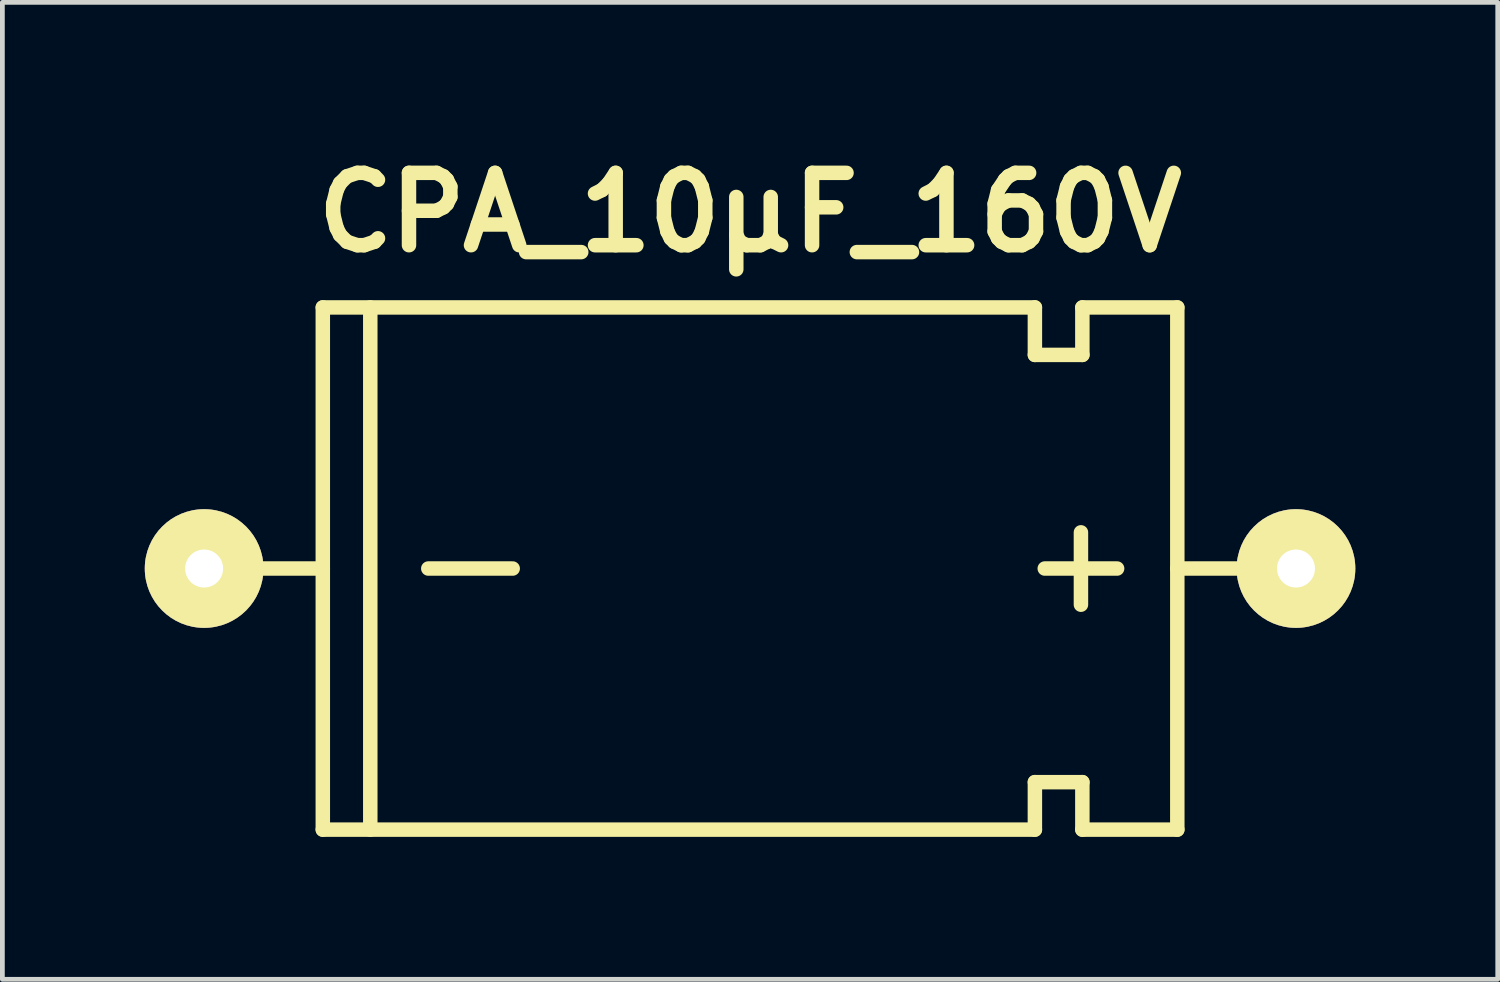
<source format=kicad_pcb>
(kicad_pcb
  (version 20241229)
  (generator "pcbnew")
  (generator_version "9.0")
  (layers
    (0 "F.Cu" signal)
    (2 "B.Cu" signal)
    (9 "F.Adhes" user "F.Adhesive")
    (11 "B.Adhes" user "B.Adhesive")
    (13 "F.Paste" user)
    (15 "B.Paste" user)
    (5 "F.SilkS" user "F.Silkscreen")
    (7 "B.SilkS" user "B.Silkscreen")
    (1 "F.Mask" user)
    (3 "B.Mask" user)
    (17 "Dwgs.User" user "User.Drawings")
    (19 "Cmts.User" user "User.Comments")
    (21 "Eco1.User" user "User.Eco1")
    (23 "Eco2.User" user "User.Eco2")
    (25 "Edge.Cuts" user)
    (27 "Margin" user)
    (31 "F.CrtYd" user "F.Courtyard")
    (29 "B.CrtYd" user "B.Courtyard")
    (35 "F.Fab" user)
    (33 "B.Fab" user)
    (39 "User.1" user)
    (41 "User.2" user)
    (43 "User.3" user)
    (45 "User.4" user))
  (footprint "CPA_10µF_160V"
    (layer "F.Cu")
    (at 12.75 8.926)
    (property "Reference" "CPA_10µF_160V" (at 0 -7.5 0) (layer "F.SilkS") (effects (font (size 1.524 1.524) (thickness 0.305))))
    (attr through_hole)
    (fp_line (start -9 -5.5) (end 6 -5.5) (stroke (width 0.305) (type solid)) (layer "F.SilkS"))
    (fp_line (start -9 0) (end -11.5 0) (stroke (width 0.305) (type solid)) (layer "F.SilkS"))
    (fp_line (start -9 5.5) (end -9 -5.5) (stroke (width 0.305) (type solid)) (layer "F.SilkS"))
    (fp_line (start -8 -5.5) (end -8 5.5) (stroke (width 0.305) (type solid)) (layer "F.SilkS"))
    (fp_line (start -6.778 0) (end -5 0) (stroke (width 0.305) (type solid)) (layer "F.SilkS"))
    (fp_line (start 6 -5.5) (end 6 -4.5) (stroke (width 0.305) (type solid)) (layer "F.SilkS"))
    (fp_line (start 6 -4.5) (end 7 -4.5) (stroke (width 0.305) (type solid)) (layer "F.SilkS"))
    (fp_line (start 6 4.5) (end 6 5.5) (stroke (width 0.305) (type solid)) (layer "F.SilkS"))
    (fp_line (start 6 5.5) (end -9 5.5) (stroke (width 0.305) (type solid)) (layer "F.SilkS"))
    (fp_line (start 6.97 0.762) (end 6.97 -0.762) (stroke (width 0.305) (type solid)) (layer "F.SilkS"))
    (fp_line (start 7 -5.5) (end 9 -5.5) (stroke (width 0.305) (type solid)) (layer "F.SilkS"))
    (fp_line (start 7 -4.5) (end 7 -5.5) (stroke (width 0.305) (type solid)) (layer "F.SilkS"))
    (fp_line (start 7 4.5) (end 6 4.5) (stroke (width 0.305) (type solid)) (layer "F.SilkS"))
    (fp_line (start 7 5.5) (end 7 4.5) (stroke (width 0.305) (type solid)) (layer "F.SilkS"))
    (fp_line (start 7.732 0) (end 6.208 0) (stroke (width 0.305) (type solid)) (layer "F.SilkS"))
    (fp_line (start 9 -5.5) (end 9 5.5) (stroke (width 0.305) (type solid)) (layer "F.SilkS"))
    (fp_line (start 9 0) (end 11.5 0) (stroke (width 0.305) (type solid)) (layer "F.SilkS"))
    (fp_line (start 9 5.5) (end 7 5.5) (stroke (width 0.305) (type solid)) (layer "F.SilkS"))
    (pad "1" thru_hole circle (at 11.5 0) (size 2.5 2.5) (drill 0.8) (layers "*.Cu" "*.Mask" "F.SilkS"))
    (pad "2" thru_hole circle (at -11.5 0) (size 2.5 2.5) (drill 0.8) (layers "*.Cu" "*.Mask" "F.SilkS")))
  (gr_rect
    (start -3 -3)
    (end 28.5 17.579)
    (stroke (width 0.1) (type default))
    (fill no)
    (layer "Edge.Cuts")))
</source>
